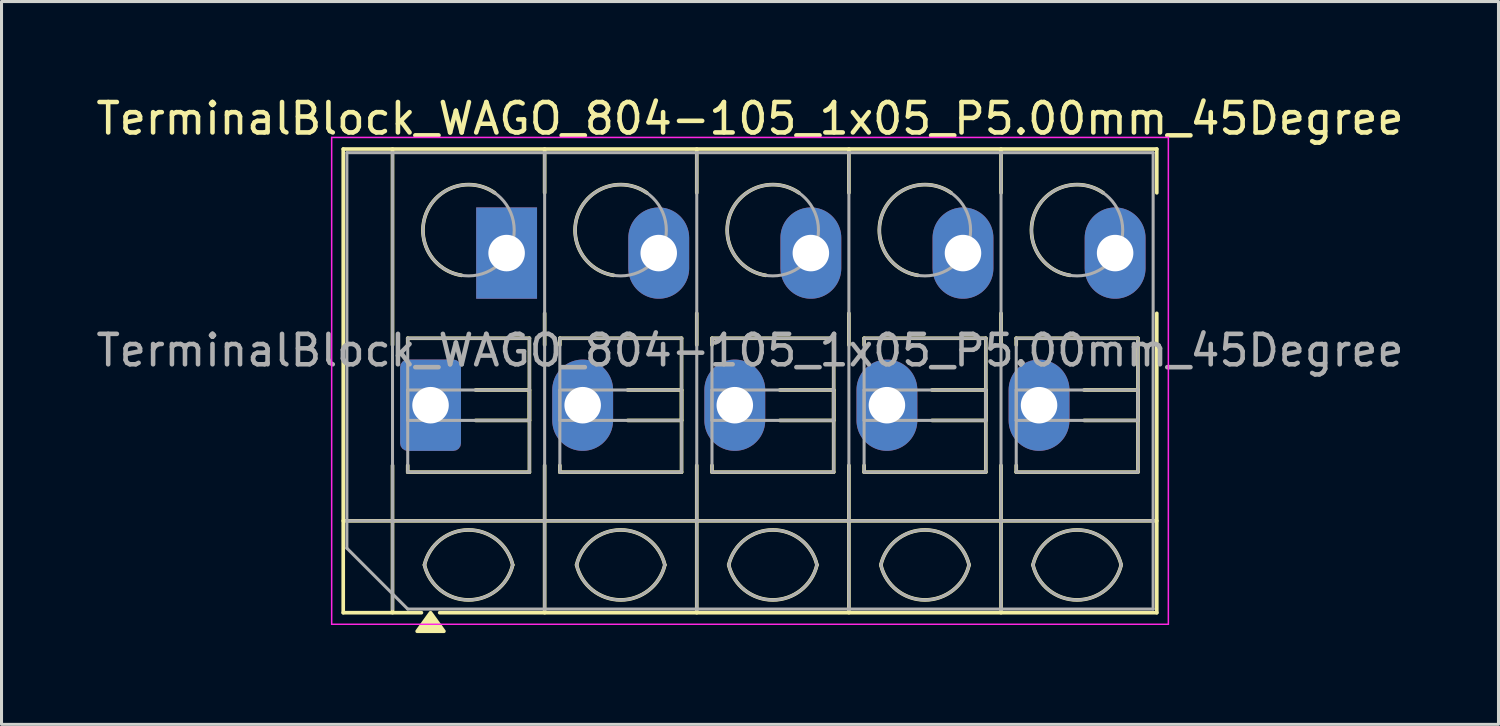
<source format=kicad_pcb>
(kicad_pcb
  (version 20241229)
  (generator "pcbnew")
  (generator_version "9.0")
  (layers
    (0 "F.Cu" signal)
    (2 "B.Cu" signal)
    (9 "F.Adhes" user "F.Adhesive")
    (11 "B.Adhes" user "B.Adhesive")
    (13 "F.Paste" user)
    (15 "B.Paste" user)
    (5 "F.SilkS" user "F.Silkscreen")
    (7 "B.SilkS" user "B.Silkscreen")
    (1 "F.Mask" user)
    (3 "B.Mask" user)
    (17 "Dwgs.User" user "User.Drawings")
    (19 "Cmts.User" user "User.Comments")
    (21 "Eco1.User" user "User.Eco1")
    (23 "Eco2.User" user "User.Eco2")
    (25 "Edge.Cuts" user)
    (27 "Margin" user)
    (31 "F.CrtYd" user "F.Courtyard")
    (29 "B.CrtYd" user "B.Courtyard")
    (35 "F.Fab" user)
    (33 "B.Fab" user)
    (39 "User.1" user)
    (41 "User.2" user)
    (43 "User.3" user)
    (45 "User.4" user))
  (footprint "TerminalBlock_WAGO_804-105_1x05_P5.00mm_45Degree"
    (layer "F.Cu")
    (at 11.101 10.268)
    (property "Reference" "TerminalBlock_WAGO_804-105_1x05_P5.00mm_45Degree" (at 10.5 -9.42 0) (layer "F.SilkS") (effects (font (size 1 1) (thickness 0.15))))
    (attr through_hole)
    (fp_line (start -2.87 -8.42) (end 23.87 -8.42) (stroke (width 0.12) (type solid)) (layer "F.SilkS"))
    (fp_line (start -2.87 3.8) (end 23.87 3.8) (stroke (width 0.12) (type solid)) (layer "F.SilkS"))
    (fp_line (start -2.87 6.82) (end -2.87 -8.42) (stroke (width 0.12) (type solid)) (layer "F.SilkS"))
    (fp_line (start -1.25 -8.42) (end -1.25 -1.98) (stroke (width 0.12) (type solid)) (layer "F.SilkS"))
    (fp_line (start -1.25 1.98) (end -1.25 6.82) (stroke (width 0.12) (type solid)) (layer "F.SilkS"))
    (fp_line (start -0.75 -2.2) (end 3.25 -2.2) (stroke (width 0.12) (type solid)) (layer "F.SilkS"))
    (fp_line (start -0.75 -1.98) (end -0.75 -2.2) (stroke (width 0.12) (type solid)) (layer "F.SilkS"))
    (fp_line (start -0.75 2.2) (end -0.75 1.98) (stroke (width 0.12) (type solid)) (layer "F.SilkS"))
    (fp_line (start -0.3 6.82) (end -2.87 6.82) (stroke (width 0.12) (type solid)) (layer "F.SilkS"))
    (fp_line (start 1.48 -0.5) (end 3.25 -0.5) (stroke (width 0.12) (type solid)) (layer "F.SilkS"))
    (fp_line (start 3.25 -2.2) (end 3.25 2.2) (stroke (width 0.12) (type solid)) (layer "F.SilkS"))
    (fp_line (start 3.25 -0.5) (end 3.25 0.5) (stroke (width 0.12) (type solid)) (layer "F.SilkS"))
    (fp_line (start 3.25 0.5) (end 1.48 0.5) (stroke (width 0.12) (type solid)) (layer "F.SilkS"))
    (fp_line (start 3.25 2.2) (end -0.75 2.2) (stroke (width 0.12) (type solid)) (layer "F.SilkS"))
    (fp_line (start 3.75 -8.42) (end 3.75 -6.98) (stroke (width 0.12) (type solid)) (layer "F.SilkS"))
    (fp_line (start 3.75 -3.02) (end 3.75 -1.98) (stroke (width 0.12) (type solid)) (layer "F.SilkS"))
    (fp_line (start 3.75 1.98) (end 3.75 6.82) (stroke (width 0.12) (type solid)) (layer "F.SilkS"))
    (fp_line (start 4.25 -2.2) (end 8.25 -2.2) (stroke (width 0.12) (type solid)) (layer "F.SilkS"))
    (fp_line (start 4.25 -1.98) (end 4.25 -2.2) (stroke (width 0.12) (type solid)) (layer "F.SilkS"))
    (fp_line (start 4.25 2.2) (end 4.25 1.98) (stroke (width 0.12) (type solid)) (layer "F.SilkS"))
    (fp_line (start 6.48 -0.5) (end 8.25 -0.5) (stroke (width 0.12) (type solid)) (layer "F.SilkS"))
    (fp_line (start 8.25 -2.2) (end 8.25 2.2) (stroke (width 0.12) (type solid)) (layer "F.SilkS"))
    (fp_line (start 8.25 -0.5) (end 8.25 0.5) (stroke (width 0.12) (type solid)) (layer "F.SilkS"))
    (fp_line (start 8.25 0.5) (end 6.48 0.5) (stroke (width 0.12) (type solid)) (layer "F.SilkS"))
    (fp_line (start 8.25 2.2) (end 4.25 2.2) (stroke (width 0.12) (type solid)) (layer "F.SilkS"))
    (fp_line (start 8.75 -8.42) (end 8.75 -6.98) (stroke (width 0.12) (type solid)) (layer "F.SilkS"))
    (fp_line (start 8.75 -3.02) (end 8.75 -1.98) (stroke (width 0.12) (type solid)) (layer "F.SilkS"))
    (fp_line (start 8.75 1.98) (end 8.75 6.82) (stroke (width 0.12) (type solid)) (layer "F.SilkS"))
    (fp_line (start 9.25 -2.2) (end 13.25 -2.2) (stroke (width 0.12) (type solid)) (layer "F.SilkS"))
    (fp_line (start 9.25 -1.98) (end 9.25 -2.2) (stroke (width 0.12) (type solid)) (layer "F.SilkS"))
    (fp_line (start 9.25 2.2) (end 9.25 1.98) (stroke (width 0.12) (type solid)) (layer "F.SilkS"))
    (fp_line (start 11.48 -0.5) (end 13.25 -0.5) (stroke (width 0.12) (type solid)) (layer "F.SilkS"))
    (fp_line (start 13.25 -2.2) (end 13.25 2.2) (stroke (width 0.12) (type solid)) (layer "F.SilkS"))
    (fp_line (start 13.25 -0.5) (end 13.25 0.5) (stroke (width 0.12) (type solid)) (layer "F.SilkS"))
    (fp_line (start 13.25 0.5) (end 11.48 0.5) (stroke (width 0.12) (type solid)) (layer "F.SilkS"))
    (fp_line (start 13.25 2.2) (end 9.25 2.2) (stroke (width 0.12) (type solid)) (layer "F.SilkS"))
    (fp_line (start 13.75 -8.42) (end 13.75 -6.98) (stroke (width 0.12) (type solid)) (layer "F.SilkS"))
    (fp_line (start 13.75 -3.02) (end 13.75 -1.98) (stroke (width 0.12) (type solid)) (layer "F.SilkS"))
    (fp_line (start 13.75 1.98) (end 13.75 6.82) (stroke (width 0.12) (type solid)) (layer "F.SilkS"))
    (fp_line (start 14.25 -2.2) (end 18.25 -2.2) (stroke (width 0.12) (type solid)) (layer "F.SilkS"))
    (fp_line (start 14.25 -1.98) (end 14.25 -2.2) (stroke (width 0.12) (type solid)) (layer "F.SilkS"))
    (fp_line (start 14.25 2.2) (end 14.25 1.98) (stroke (width 0.12) (type solid)) (layer "F.SilkS"))
    (fp_line (start 16.48 -0.5) (end 18.25 -0.5) (stroke (width 0.12) (type solid)) (layer "F.SilkS"))
    (fp_line (start 18.25 -2.2) (end 18.25 2.2) (stroke (width 0.12) (type solid)) (layer "F.SilkS"))
    (fp_line (start 18.25 -0.5) (end 18.25 0.5) (stroke (width 0.12) (type solid)) (layer "F.SilkS"))
    (fp_line (start 18.25 0.5) (end 16.48 0.5) (stroke (width 0.12) (type solid)) (layer "F.SilkS"))
    (fp_line (start 18.25 2.2) (end 14.25 2.2) (stroke (width 0.12) (type solid)) (layer "F.SilkS"))
    (fp_line (start 18.75 -8.42) (end 18.75 -6.98) (stroke (width 0.12) (type solid)) (layer "F.SilkS"))
    (fp_line (start 18.75 -3.02) (end 18.75 -1.98) (stroke (width 0.12) (type solid)) (layer "F.SilkS"))
    (fp_line (start 18.75 1.98) (end 18.75 6.82) (stroke (width 0.12) (type solid)) (layer "F.SilkS"))
    (fp_line (start 19.25 -2.2) (end 23.25 -2.2) (stroke (width 0.12) (type solid)) (layer "F.SilkS"))
    (fp_line (start 19.25 -1.98) (end 19.25 -2.2) (stroke (width 0.12) (type solid)) (layer "F.SilkS"))
    (fp_line (start 19.25 2.2) (end 19.25 1.98) (stroke (width 0.12) (type solid)) (layer "F.SilkS"))
    (fp_line (start 21.48 -0.5) (end 23.25 -0.5) (stroke (width 0.12) (type solid)) (layer "F.SilkS"))
    (fp_line (start 23.25 -2.2) (end 23.25 2.2) (stroke (width 0.12) (type solid)) (layer "F.SilkS"))
    (fp_line (start 23.25 -0.5) (end 23.25 0.5) (stroke (width 0.12) (type solid)) (layer "F.SilkS"))
    (fp_line (start 23.25 0.5) (end 21.48 0.5) (stroke (width 0.12) (type solid)) (layer "F.SilkS"))
    (fp_line (start 23.25 2.2) (end 19.25 2.2) (stroke (width 0.12) (type solid)) (layer "F.SilkS"))
    (fp_line (start 23.87 -8.42) (end 23.87 -6.98) (stroke (width 0.12) (type solid)) (layer "F.SilkS"))
    (fp_line (start 23.87 -3.02) (end 23.87 6.82) (stroke (width 0.12) (type solid)) (layer "F.SilkS"))
    (fp_line (start 23.87 6.82) (end 0.3 6.82) (stroke (width 0.12) (type solid)) (layer "F.SilkS"))
    (fp_arc (start -0.2 5.25) (mid 1.25 4.1) (end 2.7 5.25) (stroke (width 0.12) (type solid)) (layer "F.SilkS"))
    (fp_arc (start 1.02 -4.268) (mid -0.141916 -6.309209) (end 2.109 -6.98) (stroke (width 0.12) (type solid)) (layer "F.SilkS"))
    (fp_arc (start 2.7 5.25) (mid 1.25 6.4) (end -0.2 5.25) (stroke (width 0.12) (type solid)) (layer "F.SilkS"))
    (fp_arc (start 4.8 5.25) (mid 6.25 4.1) (end 7.7 5.25) (stroke (width 0.12) (type solid)) (layer "F.SilkS"))
    (fp_arc (start 6.02 -4.268) (mid 4.858084 -6.309209) (end 7.109 -6.98) (stroke (width 0.12) (type solid)) (layer "F.SilkS"))
    (fp_arc (start 7.7 5.25) (mid 6.25 6.4) (end 4.8 5.25) (stroke (width 0.12) (type solid)) (layer "F.SilkS"))
    (fp_arc (start 9.8 5.25) (mid 11.25 4.1) (end 12.7 5.25) (stroke (width 0.12) (type solid)) (layer "F.SilkS"))
    (fp_arc (start 11.02 -4.268) (mid 9.858084 -6.309209) (end 12.109 -6.98) (stroke (width 0.12) (type solid)) (layer "F.SilkS"))
    (fp_arc (start 12.7 5.25) (mid 11.25 6.4) (end 9.8 5.25) (stroke (width 0.12) (type solid)) (layer "F.SilkS"))
    (fp_arc (start 14.8 5.25) (mid 16.25 4.1) (end 17.7 5.25) (stroke (width 0.12) (type solid)) (layer "F.SilkS"))
    (fp_arc (start 16.02 -4.268) (mid 14.858084 -6.309209) (end 17.109 -6.98) (stroke (width 0.12) (type solid)) (layer "F.SilkS"))
    (fp_arc (start 17.7 5.25) (mid 16.25 6.4) (end 14.8 5.25) (stroke (width 0.12) (type solid)) (layer "F.SilkS"))
    (fp_arc (start 19.8 5.25) (mid 21.25 4.1) (end 22.7 5.25) (stroke (width 0.12) (type solid)) (layer "F.SilkS"))
    (fp_arc (start 21.02 -4.268) (mid 19.858084 -6.309209) (end 22.109 -6.98) (stroke (width 0.12) (type solid)) (layer "F.SilkS"))
    (fp_arc (start 22.7 5.25) (mid 21.25 6.4) (end 19.8 5.25) (stroke (width 0.12) (type solid)) (layer "F.SilkS"))
    (fp_poly (pts (xy 0 6.82) (xy 0.44 7.43) (xy -0.44 7.43)) (stroke (width 0.12) (type solid)) (fill yes) (layer "F.SilkS"))
    (fp_line (start -3.25 -8.8) (end -3.25 7.2) (stroke (width 0.05) (type solid)) (layer "F.CrtYd"))
    (fp_line (start -3.25 7.2) (end 24.25 7.2) (stroke (width 0.05) (type solid)) (layer "F.CrtYd"))
    (fp_line (start 24.25 -8.8) (end -3.25 -8.8) (stroke (width 0.05) (type solid)) (layer "F.CrtYd"))
    (fp_line (start 24.25 7.2) (end 24.25 -8.8) (stroke (width 0.05) (type solid)) (layer "F.CrtYd"))
    (fp_line (start -2.75 -8.3) (end 23.75 -8.3) (stroke (width 0.1) (type solid)) (layer "F.Fab"))
    (fp_line (start -2.75 3.8) (end 23.75 3.8) (stroke (width 0.1) (type solid)) (layer "F.Fab"))
    (fp_line (start -2.75 4.7) (end -2.75 -8.3) (stroke (width 0.1) (type solid)) (layer "F.Fab"))
    (fp_line (start -1.25 -8.3) (end -1.25 6.7) (stroke (width 0.1) (type solid)) (layer "F.Fab"))
    (fp_line (start -0.75 -2.2) (end -0.75 2.2) (stroke (width 0.1) (type solid)) (layer "F.Fab"))
    (fp_line (start -0.75 -0.5) (end -0.75 0.5) (stroke (width 0.1) (type solid)) (layer "F.Fab"))
    (fp_line (start -0.75 0.5) (end 3.25 0.5) (stroke (width 0.1) (type solid)) (layer "F.Fab"))
    (fp_line (start -0.75 2.2) (end 3.25 2.2) (stroke (width 0.1) (type solid)) (layer "F.Fab"))
    (fp_line (start -0.75 6.7) (end -2.75 4.7) (stroke (width 0.1) (type solid)) (layer "F.Fab"))
    (fp_line (start 3.25 -2.2) (end -0.75 -2.2) (stroke (width 0.1) (type solid)) (layer "F.Fab"))
    (fp_line (start 3.25 -0.5) (end -0.75 -0.5) (stroke (width 0.1) (type solid)) (layer "F.Fab"))
    (fp_line (start 3.25 0.5) (end 3.25 -0.5) (stroke (width 0.1) (type solid)) (layer "F.Fab"))
    (fp_line (start 3.25 2.2) (end 3.25 -2.2) (stroke (width 0.1) (type solid)) (layer "F.Fab"))
    (fp_line (start 3.75 -8.3) (end 3.75 6.7) (stroke (width 0.1) (type solid)) (layer "F.Fab"))
    (fp_line (start 4.25 -2.2) (end 4.25 2.2) (stroke (width 0.1) (type solid)) (layer "F.Fab"))
    (fp_line (start 4.25 -0.5) (end 4.25 0.5) (stroke (width 0.1) (type solid)) (layer "F.Fab"))
    (fp_line (start 4.25 0.5) (end 8.25 0.5) (stroke (width 0.1) (type solid)) (layer "F.Fab"))
    (fp_line (start 4.25 2.2) (end 8.25 2.2) (stroke (width 0.1) (type solid)) (layer "F.Fab"))
    (fp_line (start 8.25 -2.2) (end 4.25 -2.2) (stroke (width 0.1) (type solid)) (layer "F.Fab"))
    (fp_line (start 8.25 -0.5) (end 4.25 -0.5) (stroke (width 0.1) (type solid)) (layer "F.Fab"))
    (fp_line (start 8.25 0.5) (end 8.25 -0.5) (stroke (width 0.1) (type solid)) (layer "F.Fab"))
    (fp_line (start 8.25 2.2) (end 8.25 -2.2) (stroke (width 0.1) (type solid)) (layer "F.Fab"))
    (fp_line (start 8.75 -8.3) (end 8.75 6.7) (stroke (width 0.1) (type solid)) (layer "F.Fab"))
    (fp_line (start 9.25 -2.2) (end 9.25 2.2) (stroke (width 0.1) (type solid)) (layer "F.Fab"))
    (fp_line (start 9.25 -0.5) (end 9.25 0.5) (stroke (width 0.1) (type solid)) (layer "F.Fab"))
    (fp_line (start 9.25 0.5) (end 13.25 0.5) (stroke (width 0.1) (type solid)) (layer "F.Fab"))
    (fp_line (start 9.25 2.2) (end 13.25 2.2) (stroke (width 0.1) (type solid)) (layer "F.Fab"))
    (fp_line (start 13.25 -2.2) (end 9.25 -2.2) (stroke (width 0.1) (type solid)) (layer "F.Fab"))
    (fp_line (start 13.25 -0.5) (end 9.25 -0.5) (stroke (width 0.1) (type solid)) (layer "F.Fab"))
    (fp_line (start 13.25 0.5) (end 13.25 -0.5) (stroke (width 0.1) (type solid)) (layer "F.Fab"))
    (fp_line (start 13.25 2.2) (end 13.25 -2.2) (stroke (width 0.1) (type solid)) (layer "F.Fab"))
    (fp_line (start 13.75 -8.3) (end 13.75 6.7) (stroke (width 0.1) (type solid)) (layer "F.Fab"))
    (fp_line (start 14.25 -2.2) (end 14.25 2.2) (stroke (width 0.1) (type solid)) (layer "F.Fab"))
    (fp_line (start 14.25 -0.5) (end 14.25 0.5) (stroke (width 0.1) (type solid)) (layer "F.Fab"))
    (fp_line (start 14.25 0.5) (end 18.25 0.5) (stroke (width 0.1) (type solid)) (layer "F.Fab"))
    (fp_line (start 14.25 2.2) (end 18.25 2.2) (stroke (width 0.1) (type solid)) (layer "F.Fab"))
    (fp_line (start 18.25 -2.2) (end 14.25 -2.2) (stroke (width 0.1) (type solid)) (layer "F.Fab"))
    (fp_line (start 18.25 -0.5) (end 14.25 -0.5) (stroke (width 0.1) (type solid)) (layer "F.Fab"))
    (fp_line (start 18.25 0.5) (end 18.25 -0.5) (stroke (width 0.1) (type solid)) (layer "F.Fab"))
    (fp_line (start 18.25 2.2) (end 18.25 -2.2) (stroke (width 0.1) (type solid)) (layer "F.Fab"))
    (fp_line (start 18.75 -8.3) (end 18.75 6.7) (stroke (width 0.1) (type solid)) (layer "F.Fab"))
    (fp_line (start 19.25 -2.2) (end 19.25 2.2) (stroke (width 0.1) (type solid)) (layer "F.Fab"))
    (fp_line (start 19.25 -0.5) (end 19.25 0.5) (stroke (width 0.1) (type solid)) (layer "F.Fab"))
    (fp_line (start 19.25 0.5) (end 23.25 0.5) (stroke (width 0.1) (type solid)) (layer "F.Fab"))
    (fp_line (start 19.25 2.2) (end 23.25 2.2) (stroke (width 0.1) (type solid)) (layer "F.Fab"))
    (fp_line (start 23.25 -2.2) (end 19.25 -2.2) (stroke (width 0.1) (type solid)) (layer "F.Fab"))
    (fp_line (start 23.25 -0.5) (end 19.25 -0.5) (stroke (width 0.1) (type solid)) (layer "F.Fab"))
    (fp_line (start 23.25 0.5) (end 23.25 -0.5) (stroke (width 0.1) (type solid)) (layer "F.Fab"))
    (fp_line (start 23.25 2.2) (end 23.25 -2.2) (stroke (width 0.1) (type solid)) (layer "F.Fab"))
    (fp_line (start 23.75 -8.3) (end 23.75 6.7) (stroke (width 0.1) (type solid)) (layer "F.Fab"))
    (fp_line (start 23.75 6.7) (end -0.75 6.7) (stroke (width 0.1) (type solid)) (layer "F.Fab"))
    (fp_arc (start -0.2 5.25) (mid 1.25 4.1) (end 2.7 5.25) (stroke (width 0.1) (type solid)) (layer "F.Fab"))
    (fp_arc (start 2.7 5.25) (mid 1.25 6.4) (end -0.2 5.25) (stroke (width 0.1) (type solid)) (layer "F.Fab"))
    (fp_arc (start 4.8 5.25) (mid 6.25 4.1) (end 7.7 5.25) (stroke (width 0.1) (type solid)) (layer "F.Fab"))
    (fp_arc (start 7.7 5.25) (mid 6.25 6.4) (end 4.8 5.25) (stroke (width 0.1) (type solid)) (layer "F.Fab"))
    (fp_arc (start 9.8 5.25) (mid 11.25 4.1) (end 12.7 5.25) (stroke (width 0.1) (type solid)) (layer "F.Fab"))
    (fp_arc (start 12.7 5.25) (mid 11.25 6.4) (end 9.8 5.25) (stroke (width 0.1) (type solid)) (layer "F.Fab"))
    (fp_arc (start 14.8 5.25) (mid 16.25 4.1) (end 17.7 5.25) (stroke (width 0.1) (type solid)) (layer "F.Fab"))
    (fp_arc (start 17.7 5.25) (mid 16.25 6.4) (end 14.8 5.25) (stroke (width 0.1) (type solid)) (layer "F.Fab"))
    (fp_arc (start 19.8 5.25) (mid 21.25 4.1) (end 22.7 5.25) (stroke (width 0.1) (type solid)) (layer "F.Fab"))
    (fp_arc (start 22.7 5.25) (mid 21.25 6.4) (end 19.8 5.25) (stroke (width 0.1) (type solid)) (layer "F.Fab"))
    (fp_circle (center 1.25 -5.75) (end 2.75 -5.75) (stroke (width 0.1) (type solid)) (fill no) (layer "F.Fab"))
    (fp_circle (center 6.25 -5.75) (end 7.75 -5.75) (stroke (width 0.1) (type solid)) (fill no) (layer "F.Fab"))
    (fp_circle (center 11.25 -5.75) (end 12.75 -5.75) (stroke (width 0.1) (type solid)) (fill no) (layer "F.Fab"))
    (fp_circle (center 16.25 -5.75) (end 17.75 -5.75) (stroke (width 0.1) (type solid)) (fill no) (layer "F.Fab"))
    (fp_circle (center 21.25 -5.75) (end 22.75 -5.75) (stroke (width 0.1) (type solid)) (fill no) (layer "F.Fab"))
    (fp_text user "${REFERENCE}" (at 10.5 -1.8 0) (layer "F.Fab") (effects (font (size 1 1) (thickness 0.15))))
    (pad "1" thru_hole roundrect (at 0 0) (size 2 3) (drill 1.2) (layers "*.Cu" "*.Mask") (roundrect_rratio 0.125))
    (pad "1" thru_hole rect (at 2.5 -5) (size 2 3) (drill 1.2) (layers "*.Cu" "*.Mask"))
    (pad "2" thru_hole oval (at 5 0) (size 2 3) (drill 1.2) (layers "*.Cu" "*.Mask"))
    (pad "2" thru_hole oval (at 7.5 -5) (size 2 3) (drill 1.2) (layers "*.Cu" "*.Mask"))
    (pad "3" thru_hole oval (at 10 0) (size 2 3) (drill 1.2) (layers "*.Cu" "*.Mask"))
    (pad "3" thru_hole oval (at 12.5 -5) (size 2 3) (drill 1.2) (layers "*.Cu" "*.Mask"))
    (pad "4" thru_hole oval (at 15 0) (size 2 3) (drill 1.2) (layers "*.Cu" "*.Mask"))
    (pad "4" thru_hole oval (at 17.5 -5) (size 2 3) (drill 1.2) (layers "*.Cu" "*.Mask"))
    (pad "5" thru_hole oval (at 20 0) (size 2 3) (drill 1.2) (layers "*.Cu" "*.Mask"))
    (pad "5" thru_hole oval (at 22.5 -5) (size 2 3) (drill 1.2) (layers "*.Cu" "*.Mask")))
  (gr_rect
    (start -3 -3)
    (end 46.202 20.758)
    (stroke (width 0.1) (type default))
    (fill no)
    (layer "Edge.Cuts")))
</source>
